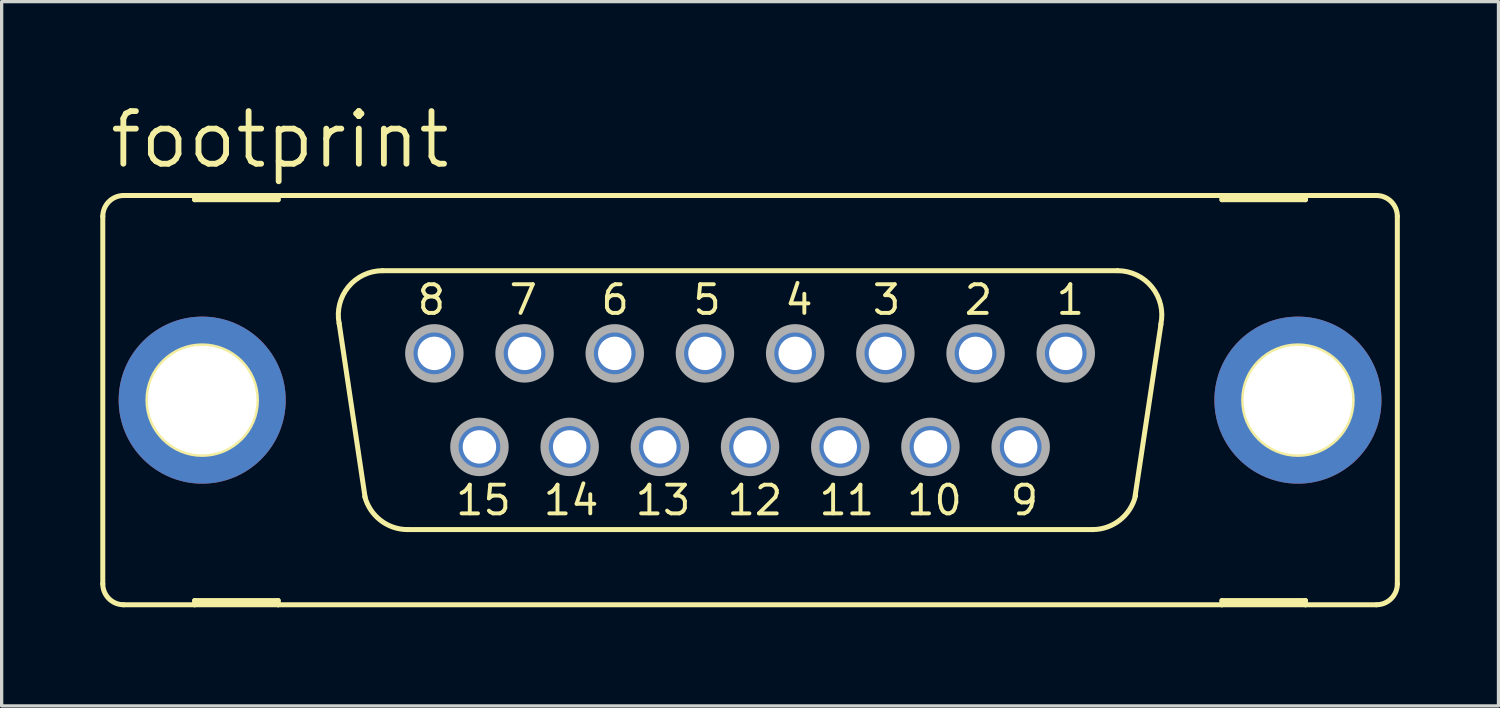
<source format=kicad_pcb>
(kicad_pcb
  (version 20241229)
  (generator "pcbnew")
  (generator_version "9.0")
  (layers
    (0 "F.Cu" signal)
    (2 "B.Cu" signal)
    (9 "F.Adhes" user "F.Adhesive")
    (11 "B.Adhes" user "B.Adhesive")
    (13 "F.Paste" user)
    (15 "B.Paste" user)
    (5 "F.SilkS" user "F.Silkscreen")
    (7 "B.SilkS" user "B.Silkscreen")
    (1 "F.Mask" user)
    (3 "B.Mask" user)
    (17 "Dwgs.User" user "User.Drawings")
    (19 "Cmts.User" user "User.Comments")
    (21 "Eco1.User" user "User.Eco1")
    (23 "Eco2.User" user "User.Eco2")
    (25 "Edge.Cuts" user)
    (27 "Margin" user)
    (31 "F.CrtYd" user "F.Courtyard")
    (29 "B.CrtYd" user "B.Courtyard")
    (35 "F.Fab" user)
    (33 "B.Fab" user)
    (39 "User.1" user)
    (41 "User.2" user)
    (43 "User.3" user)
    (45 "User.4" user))
  (footprint "footprint"
    (layer "F.Cu")
    (at 19.761 9.119)
    (property "Reference" "footprint" (at -19.558 -6.985 0) (layer "F.SilkS") (effects (font (size 1.6 1.6) (thickness 0.178)) (justify left bottom)))
    (fp_line (start -19.685 -5.588) (end -19.685 5.588) (stroke (width 0.152) (type solid)) (layer "F.SilkS"))
    (fp_line (start -19.05 6.223) (end -16.891 6.223) (stroke (width 0.152) (type solid)) (layer "F.SilkS"))
    (fp_line (start -16.891 -6.223) (end -19.05 -6.223) (stroke (width 0.152) (type solid)) (layer "F.SilkS"))
    (fp_line (start -16.891 -6.223) (end -16.891 -6.096) (stroke (width 0.152) (type solid)) (layer "F.SilkS"))
    (fp_line (start -16.891 -6.096) (end -14.351 -6.096) (stroke (width 0.152) (type solid)) (layer "F.SilkS"))
    (fp_line (start -16.891 6.096) (end -14.351 6.096) (stroke (width 0.152) (type solid)) (layer "F.SilkS"))
    (fp_line (start -16.891 6.223) (end -16.891 6.096) (stroke (width 0.152) (type solid)) (layer "F.SilkS"))
    (fp_line (start -16.891 6.223) (end -14.351 6.223) (stroke (width 0.152) (type solid)) (layer "F.SilkS"))
    (fp_line (start -14.351 -6.223) (end -16.891 -6.223) (stroke (width 0.152) (type solid)) (layer "F.SilkS"))
    (fp_line (start -14.351 -6.096) (end -14.351 -6.223) (stroke (width 0.152) (type solid)) (layer "F.SilkS"))
    (fp_line (start -14.351 6.096) (end -14.351 6.223) (stroke (width 0.152) (type solid)) (layer "F.SilkS"))
    (fp_line (start -14.351 6.223) (end 14.351 6.223) (stroke (width 0.152) (type solid)) (layer "F.SilkS"))
    (fp_line (start -11.709 2.946) (end -12.497 -2.337) (stroke (width 0.152) (type solid)) (layer "F.SilkS"))
    (fp_line (start -11.176 -3.937) (end 11.176 -3.937) (stroke (width 0.152) (type solid)) (layer "F.SilkS"))
    (fp_line (start -10.414 3.937) (end 10.414 3.937) (stroke (width 0.152) (type solid)) (layer "F.SilkS"))
    (fp_line (start 12.497 -2.311) (end 11.709 2.921) (stroke (width 0.152) (type solid)) (layer "F.SilkS"))
    (fp_line (start 14.351 -6.223) (end -14.351 -6.223) (stroke (width 0.152) (type solid)) (layer "F.SilkS"))
    (fp_line (start 14.351 -6.223) (end 14.351 -6.096) (stroke (width 0.152) (type solid)) (layer "F.SilkS"))
    (fp_line (start 14.351 -6.096) (end 16.891 -6.096) (stroke (width 0.152) (type solid)) (layer "F.SilkS"))
    (fp_line (start 14.351 6.096) (end 16.891 6.096) (stroke (width 0.152) (type solid)) (layer "F.SilkS"))
    (fp_line (start 14.351 6.223) (end 14.351 6.096) (stroke (width 0.152) (type solid)) (layer "F.SilkS"))
    (fp_line (start 14.351 6.223) (end 16.891 6.223) (stroke (width 0.152) (type solid)) (layer "F.SilkS"))
    (fp_line (start 16.891 -6.223) (end 14.351 -6.223) (stroke (width 0.152) (type solid)) (layer "F.SilkS"))
    (fp_line (start 16.891 -6.096) (end 16.891 -6.223) (stroke (width 0.152) (type solid)) (layer "F.SilkS"))
    (fp_line (start 16.891 6.096) (end 16.891 6.223) (stroke (width 0.152) (type solid)) (layer "F.SilkS"))
    (fp_line (start 16.891 6.223) (end 19.05 6.223) (stroke (width 0.152) (type solid)) (layer "F.SilkS"))
    (fp_line (start 19.05 -6.223) (end 16.891 -6.223) (stroke (width 0.152) (type solid)) (layer "F.SilkS"))
    (fp_line (start 19.685 -5.588) (end 19.685 5.588) (stroke (width 0.152) (type solid)) (layer "F.SilkS"))
    (fp_arc (start -19.685 -5.588) (mid -19.499013 -6.037013) (end -19.05 -6.223) (stroke (width 0.1524) (type solid)) (layer "F.SilkS"))
    (fp_arc (start -19.05 6.223) (mid -19.499013 6.037013) (end -19.685 5.588) (stroke (width 0.1524) (type solid)) (layer "F.SilkS"))
    (fp_arc (start -12.4961 -2.3268) (mid -12.217082 -3.444284) (end -11.176 -3.937) (stroke (width 0.1524) (type solid)) (layer "F.SilkS"))
    (fp_arc (start -10.414 3.937) (mid -11.2375 3.655745) (end -11.7169 2.9295) (stroke (width 0.1524) (type solid)) (layer "F.SilkS"))
    (fp_arc (start 11.176 -3.937) (mid 12.224557 -3.435183) (end 12.491499 -2.303798) (stroke (width 0.1524) (type solid)) (layer "F.SilkS"))
    (fp_arc (start 11.722701 2.904999) (mid 11.247257 3.647874) (end 10.414 3.937) (stroke (width 0.1524) (type solid)) (layer "F.SilkS"))
    (fp_arc (start 19.05 -6.223) (mid 19.499013 -6.037013) (end 19.685 -5.588) (stroke (width 0.1524) (type solid)) (layer "F.SilkS"))
    (fp_arc (start 19.685 5.588) (mid 19.499013 6.037013) (end 19.05 6.223) (stroke (width 0.1524) (type solid)) (layer "F.SilkS"))
    (fp_circle (center -16.662 0) (end -15.011 0) (stroke (width 0.152) (type solid)) (fill no) (layer "F.SilkS"))
    (fp_circle (center 16.662 0) (end 18.313 0) (stroke (width 0.152) (type solid)) (fill no) (layer "F.SilkS"))
    (fp_circle (center -9.601 -1.422) (end -8.839 -1.422) (stroke (width 0.254) (type solid)) (fill no) (layer "F.Fab"))
    (fp_circle (center -8.23 1.422) (end -7.468 1.422) (stroke (width 0.254) (type solid)) (fill no) (layer "F.Fab"))
    (fp_circle (center -6.858 -1.422) (end -6.096 -1.422) (stroke (width 0.254) (type solid)) (fill no) (layer "F.Fab"))
    (fp_circle (center -5.486 1.422) (end -4.724 1.422) (stroke (width 0.254) (type solid)) (fill no) (layer "F.Fab"))
    (fp_circle (center -4.115 -1.422) (end -3.353 -1.422) (stroke (width 0.254) (type solid)) (fill no) (layer "F.Fab"))
    (fp_circle (center -2.743 1.422) (end -1.981 1.422) (stroke (width 0.254) (type solid)) (fill no) (layer "F.Fab"))
    (fp_circle (center -1.372 -1.422) (end -0.61 -1.422) (stroke (width 0.254) (type solid)) (fill no) (layer "F.Fab"))
    (fp_circle (center 0 1.422) (end 0.762 1.422) (stroke (width 0.254) (type solid)) (fill no) (layer "F.Fab"))
    (fp_circle (center 1.372 -1.422) (end 2.134 -1.422) (stroke (width 0.254) (type solid)) (fill no) (layer "F.Fab"))
    (fp_circle (center 2.743 1.422) (end 3.505 1.422) (stroke (width 0.254) (type solid)) (fill no) (layer "F.Fab"))
    (fp_circle (center 4.115 -1.422) (end 4.877 -1.422) (stroke (width 0.254) (type solid)) (fill no) (layer "F.Fab"))
    (fp_circle (center 5.486 1.422) (end 6.248 1.422) (stroke (width 0.254) (type solid)) (fill no) (layer "F.Fab"))
    (fp_circle (center 6.858 -1.422) (end 7.62 -1.422) (stroke (width 0.254) (type solid)) (fill no) (layer "F.Fab"))
    (fp_circle (center 8.23 1.422) (end 8.992 1.422) (stroke (width 0.254) (type solid)) (fill no) (layer "F.Fab"))
    (fp_circle (center 9.601 -1.422) (end 10.363 -1.422) (stroke (width 0.254) (type solid)) (fill no) (layer "F.Fab"))
    (fp_text user "14" (at -6.35 3.556 0) (layer "F.SilkS") (effects (font (size 0.872 0.872) (thickness 0.119)) (justify left bottom)))
    (fp_text user "5" (at -1.803 -2.54 0) (layer "F.SilkS") (effects (font (size 0.872 0.872) (thickness 0.119)) (justify left bottom)))
    (fp_text user "15" (at -9.017 3.556 0) (layer "F.SilkS") (effects (font (size 0.872 0.872) (thickness 0.119)) (justify left bottom)))
    (fp_text user "10" (at 4.699 3.556 0) (layer "F.SilkS") (effects (font (size 0.872 0.872) (thickness 0.119)) (justify left bottom)))
    (fp_text user "1" (at 9.246 -2.54 0) (layer "F.SilkS") (effects (font (size 0.872 0.872) (thickness 0.119)) (justify left bottom)))
    (fp_text user "8" (at -10.185 -2.54 0) (layer "F.SilkS") (effects (font (size 0.872 0.872) (thickness 0.119)) (justify left bottom)))
    (fp_text user "6" (at -4.597 -2.54 0) (layer "F.SilkS") (effects (font (size 0.872 0.872) (thickness 0.119)) (justify left bottom)))
    (fp_text user "3" (at 3.658 -2.54 0) (layer "F.SilkS") (effects (font (size 0.872 0.872) (thickness 0.119)) (justify left bottom)))
    (fp_text user "7" (at -7.391 -2.54 0) (layer "F.SilkS") (effects (font (size 0.872 0.872) (thickness 0.119)) (justify left bottom)))
    (fp_text user "9" (at 7.849 3.556 0) (layer "F.SilkS") (effects (font (size 0.872 0.872) (thickness 0.119)) (justify left bottom)))
    (fp_text user "4" (at 0.991 -2.54 0) (layer "F.SilkS") (effects (font (size 0.872 0.872) (thickness 0.119)) (justify left bottom)))
    (fp_text user "13" (at -3.556 3.556 0) (layer "F.SilkS") (effects (font (size 0.872 0.872) (thickness 0.119)) (justify left bottom)))
    (fp_text user "11" (at 2.032 3.556 0) (layer "F.SilkS") (effects (font (size 0.872 0.872) (thickness 0.119)) (justify left bottom)))
    (fp_text user "2" (at 6.452 -2.54 0) (layer "F.SilkS") (effects (font (size 0.872 0.872) (thickness 0.119)) (justify left bottom)))
    (fp_text user "12" (at -0.762 3.556 0) (layer "F.SilkS") (effects (font (size 0.872 0.872) (thickness 0.119)) (justify left bottom)))
    (pad "1" thru_hole roundrect (at 9.601 -1.422) (size 1.524 1.524) (drill 1.016) (layers "*.Cu" "*.Mask") (roundrect_rratio 0.25) (chamfer_ratio 0.25) (chamfer top_left top_right bottom_left bottom_right))
    (pad "2" thru_hole roundrect (at 6.858 -1.422) (size 1.524 1.524) (drill 1.016) (layers "*.Cu" "*.Mask") (roundrect_rratio 0.25) (chamfer_ratio 0.25) (chamfer top_left top_right bottom_left bottom_right))
    (pad "3" thru_hole roundrect (at 4.115 -1.422) (size 1.524 1.524) (drill 1.016) (layers "*.Cu" "*.Mask") (roundrect_rratio 0.25) (chamfer_ratio 0.25) (chamfer top_left top_right bottom_left bottom_right))
    (pad "4" thru_hole roundrect (at 1.372 -1.422) (size 1.524 1.524) (drill 1.016) (layers "*.Cu" "*.Mask") (roundrect_rratio 0.25) (chamfer_ratio 0.25) (chamfer top_left top_right bottom_left bottom_right))
    (pad "5" thru_hole roundrect (at -1.372 -1.422) (size 1.524 1.524) (drill 1.016) (layers "*.Cu" "*.Mask") (roundrect_rratio 0.25) (chamfer_ratio 0.25) (chamfer top_left top_right bottom_left bottom_right))
    (pad "6" thru_hole roundrect (at -4.115 -1.422) (size 1.524 1.524) (drill 1.016) (layers "*.Cu" "*.Mask") (roundrect_rratio 0.25) (chamfer_ratio 0.25) (chamfer top_left top_right bottom_left bottom_right))
    (pad "7" thru_hole roundrect (at -6.858 -1.422) (size 1.524 1.524) (drill 1.016) (layers "*.Cu" "*.Mask") (roundrect_rratio 0.25) (chamfer_ratio 0.25) (chamfer top_left top_right bottom_left bottom_right))
    (pad "8" thru_hole roundrect (at -9.601 -1.422) (size 1.524 1.524) (drill 1.016) (layers "*.Cu" "*.Mask") (roundrect_rratio 0.25) (chamfer_ratio 0.25) (chamfer top_left top_right bottom_left bottom_right))
    (pad "9" thru_hole roundrect (at 8.23 1.422) (size 1.524 1.524) (drill 1.016) (layers "*.Cu" "*.Mask") (roundrect_rratio 0.25) (chamfer_ratio 0.25) (chamfer top_left top_right bottom_left bottom_right))
    (pad "10" thru_hole roundrect (at 5.486 1.422) (size 1.524 1.524) (drill 1.016) (layers "*.Cu" "*.Mask") (roundrect_rratio 0.25) (chamfer_ratio 0.25) (chamfer top_left top_right bottom_left bottom_right))
    (pad "11" thru_hole roundrect (at 2.743 1.422) (size 1.524 1.524) (drill 1.016) (layers "*.Cu" "*.Mask") (roundrect_rratio 0.25) (chamfer_ratio 0.25) (chamfer top_left top_right bottom_left bottom_right))
    (pad "12" thru_hole roundrect (at 0 1.422) (size 1.524 1.524) (drill 1.016) (layers "*.Cu" "*.Mask") (roundrect_rratio 0.25) (chamfer_ratio 0.25) (chamfer top_left top_right bottom_left bottom_right))
    (pad "13" thru_hole roundrect (at -2.743 1.422) (size 1.524 1.524) (drill 1.016) (layers "*.Cu" "*.Mask") (roundrect_rratio 0.25) (chamfer_ratio 0.25) (chamfer top_left top_right bottom_left bottom_right))
    (pad "14" thru_hole roundrect (at -5.486 1.422) (size 1.524 1.524) (drill 1.016) (layers "*.Cu" "*.Mask") (roundrect_rratio 0.25) (chamfer_ratio 0.25) (chamfer top_left top_right bottom_left bottom_right))
    (pad "15" thru_hole roundrect (at -8.23 1.422) (size 1.524 1.524) (drill 1.016) (layers "*.Cu" "*.Mask") (roundrect_rratio 0.25) (chamfer_ratio 0.25) (chamfer top_left top_right bottom_left bottom_right))
    (pad "G1" thru_hole circle (at -16.662 0) (size 5.08 5.08) (drill 3.302) (layers "*.Cu" "*.Mask"))
    (pad "G2" thru_hole circle (at 16.662 0) (size 5.08 5.08) (drill 3.302) (layers "*.Cu" "*.Mask")))
  (gr_rect
    (start -3 -3)
    (end 42.522 18.418)
    (stroke (width 0.1) (type default))
    (fill no)
    (layer "Edge.Cuts")))
</source>
